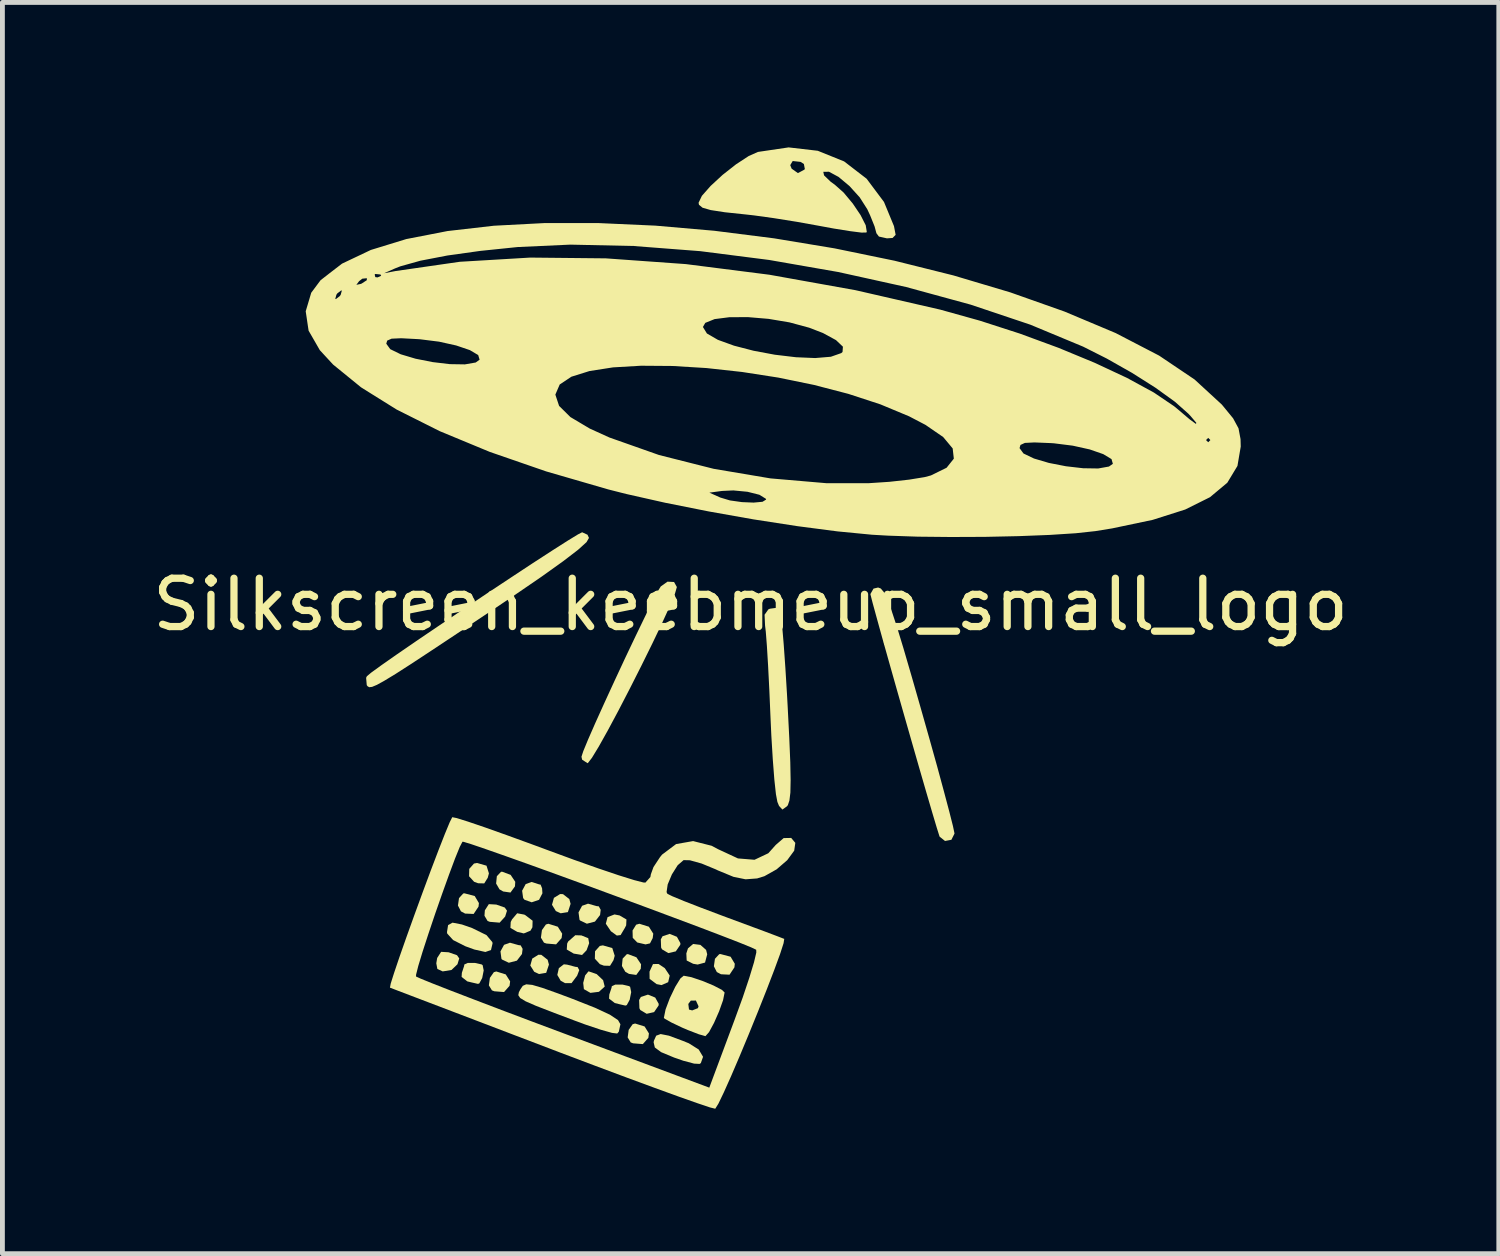
<source format=kicad_pcb>
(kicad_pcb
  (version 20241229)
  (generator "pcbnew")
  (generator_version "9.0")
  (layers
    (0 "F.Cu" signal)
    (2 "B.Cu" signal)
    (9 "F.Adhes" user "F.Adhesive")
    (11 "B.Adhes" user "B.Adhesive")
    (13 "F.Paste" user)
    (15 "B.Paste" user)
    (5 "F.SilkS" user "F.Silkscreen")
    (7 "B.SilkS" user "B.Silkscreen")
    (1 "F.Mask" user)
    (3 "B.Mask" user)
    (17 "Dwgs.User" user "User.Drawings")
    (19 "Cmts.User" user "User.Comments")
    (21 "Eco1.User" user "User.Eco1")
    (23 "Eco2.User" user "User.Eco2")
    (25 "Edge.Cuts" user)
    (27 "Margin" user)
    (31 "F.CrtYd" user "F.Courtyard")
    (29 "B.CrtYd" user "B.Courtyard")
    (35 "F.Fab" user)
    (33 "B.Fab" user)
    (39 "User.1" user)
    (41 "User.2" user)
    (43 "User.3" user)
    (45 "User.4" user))
  (footprint "Silkscreen_keebmeup_small_logo"
    (layer "F.Cu")
    (at 12.482 9.96)
    (property "Reference" "Silkscreen_keebmeup_small_logo" (at 0 -0.5 0) (unlocked yes) (layer "F.SilkS") (effects (font (size 1 1) (thickness 0.15))))
    (fp_poly (pts (xy -4.331 6.748) (xy -4.2 6.85) (xy -4.173 6.95) (xy -4.23 7.12) (xy -4.378 7.145) (xy -4.478 7.098) (xy -4.559 6.969) (xy -4.518 6.825) (xy -4.391 6.746)) (stroke (width 0) (type solid)) (fill yes) (layer "F.SilkS"))
    (fp_poly (pts (xy -3.882 5.492) (xy -3.751 5.594) (xy -3.725 5.693) (xy -3.781 5.864) (xy -3.93 5.888) (xy -4.03 5.842) (xy -4.11 5.712) (xy -4.07 5.569) (xy -3.942 5.49)) (stroke (width 0) (type solid)) (fill yes) (layer "F.SilkS"))
    (fp_poly (pts (xy -1.776 7.023) (xy -1.674 7.177) (xy -1.706 7.314) (xy -1.843 7.374) (xy -1.945 7.354) (xy -2.09 7.245) (xy -2.092 7.096) (xy -2.02 6.939) (xy -1.905 6.937)) (stroke (width 0) (type solid)) (fill yes) (layer "F.SilkS"))
    (fp_poly (pts (xy -6.249 6.695) (xy -6.075 6.756) (xy -6.029 6.822) (xy -6.066 6.943) (xy -6.189 7.061) (xy -6.371 7.091) (xy -6.482 7.04) (xy -6.504 6.923) (xy -6.486 6.813) (xy -6.404 6.686)) (stroke (width 0) (type solid)) (fill yes) (layer "F.SilkS"))
    (fp_poly (pts (xy -5.709 5.531) (xy -5.622 5.677) (xy -5.63 5.75) (xy -5.731 5.902) (xy -5.908 5.894) (xy -5.994 5.848) (xy -6.056 5.728) (xy -6.034 5.574) (xy -5.946 5.478) (xy -5.921 5.475)) (stroke (width 0) (type solid)) (fill yes) (layer "F.SilkS"))
    (fp_poly (pts (xy -5.465 4.903) (xy -5.415 5.062) (xy -5.439 5.153) (xy -5.512 5.27) (xy -5.638 5.267) (xy -5.722 5.236) (xy -5.826 5.122) (xy -5.822 4.969) (xy -5.724 4.859) (xy -5.66 4.847)) (stroke (width 0) (type solid)) (fill yes) (layer "F.SilkS"))
    (fp_poly (pts (xy -5.262 5.708) (xy -5.087 5.769) (xy -5.041 5.835) (xy -5.079 5.956) (xy -5.193 6.082) (xy -5.396 6.065) (xy -5.443 6.047) (xy -5.507 5.939) (xy -5.499 5.827) (xy -5.417 5.699)) (stroke (width 0) (type solid)) (fill yes) (layer "F.SilkS"))
    (fp_poly (pts (xy -5.067 7.153) (xy -4.976 7.297) (xy -4.988 7.389) (xy -5.102 7.518) (xy -5.303 7.502) (xy -5.353 7.483) (xy -5.416 7.38) (xy -5.395 7.224) (xy -5.313 7.107) (xy -5.263 7.092)) (stroke (width 0) (type solid)) (fill yes) (layer "F.SilkS"))
    (fp_poly (pts (xy -4.966 5.093) (xy -4.87 5.237) (xy -4.876 5.331) (xy -4.969 5.459) (xy -5.12 5.437) (xy -5.196 5.393) (xy -5.266 5.273) (xy -5.251 5.121) (xy -5.165 5.03) (xy -5.141 5.028)) (stroke (width 0) (type solid)) (fill yes) (layer "F.SilkS"))
    (fp_poly (pts (xy -3.99 6.166) (xy -3.899 6.31) (xy -3.911 6.402) (xy -4.025 6.531) (xy -4.226 6.514) (xy -4.276 6.496) (xy -4.339 6.393) (xy -4.318 6.236) (xy -4.236 6.12) (xy -4.185 6.105)) (stroke (width 0) (type solid)) (fill yes) (layer "F.SilkS"))
    (fp_poly (pts (xy -3.502 6.346) (xy -3.36 6.403) (xy -3.341 6.507) (xy -3.394 6.653) (xy -3.488 6.751) (xy -3.661 6.722) (xy -3.804 6.638) (xy -3.796 6.515) (xy -3.775 6.472) (xy -3.627 6.342)) (stroke (width 0) (type solid)) (fill yes) (layer "F.SilkS"))
    (fp_poly (pts (xy -2.862 6.608) (xy -2.812 6.767) (xy -2.837 6.858) (xy -2.909 6.975) (xy -3.035 6.972) (xy -3.119 6.941) (xy -3.223 6.828) (xy -3.219 6.674) (xy -3.121 6.564) (xy -3.057 6.552)) (stroke (width 0) (type solid)) (fill yes) (layer "F.SilkS"))
    (fp_poly (pts (xy -2.711 5.933) (xy -2.569 6.016) (xy -2.575 6.138) (xy -2.602 6.191) (xy -2.69 6.339) (xy -2.768 6.349) (xy -2.891 6.26) (xy -2.996 6.104) (xy -2.96 5.968) (xy -2.817 5.912)) (stroke (width 0) (type solid)) (fill yes) (layer "F.SilkS"))
    (fp_poly (pts (xy -2.363 6.799) (xy -2.267 6.943) (xy -2.273 7.037) (xy -2.366 7.164) (xy -2.517 7.142) (xy -2.593 7.098) (xy -2.663 6.978) (xy -2.648 6.826) (xy -2.563 6.736) (xy -2.538 6.733)) (stroke (width 0) (type solid)) (fill yes) (layer "F.SilkS"))
    (fp_poly (pts (xy -2.194 8.23) (xy -2.104 8.374) (xy -2.116 8.466) (xy -2.23 8.595) (xy -2.431 8.579) (xy -2.481 8.56) (xy -2.544 8.457) (xy -2.523 8.301) (xy -2.441 8.184) (xy -2.39 8.169)) (stroke (width 0) (type solid)) (fill yes) (layer "F.SilkS"))
    (fp_poly (pts (xy -2.105 6.166) (xy -2.014 6.31) (xy -2.026 6.402) (xy -2.082 6.511) (xy -2.174 6.532) (xy -2.346 6.492) (xy -2.439 6.396) (xy -2.443 6.244) (xy -2.368 6.124) (xy -2.301 6.105)) (stroke (width 0) (type solid)) (fill yes) (layer "F.SilkS"))
    (fp_poly (pts (xy -1.974 7.632) (xy -1.901 7.763) (xy -1.904 7.796) (xy -1.997 7.933) (xy -2.151 7.968) (xy -2.282 7.89) (xy -2.301 7.854) (xy -2.307 7.683) (xy -2.271 7.62) (xy -2.124 7.571)) (stroke (width 0) (type solid)) (fill yes) (layer "F.SilkS"))
    (fp_poly (pts (xy -1.525 6.375) (xy -1.453 6.506) (xy -1.455 6.54) (xy -1.548 6.676) (xy -1.702 6.712) (xy -1.833 6.634) (xy -1.852 6.597) (xy -1.858 6.427) (xy -1.822 6.363) (xy -1.675 6.314)) (stroke (width 0) (type solid)) (fill yes) (layer "F.SilkS"))
    (fp_poly (pts (xy -1.039 6.542) (xy -0.921 6.646) (xy -0.898 6.737) (xy -0.943 6.908) (xy -1.096 6.949) (xy -1.189 6.933) (xy -1.323 6.865) (xy -1.33 6.719) (xy -1.296 6.614) (xy -1.189 6.523)) (stroke (width 0) (type solid)) (fill yes) (layer "F.SilkS"))
    (fp_poly (pts (xy -0.414 6.787) (xy -0.327 6.933) (xy -0.335 7.007) (xy -0.436 7.159) (xy -0.613 7.15) (xy -0.699 7.104) (xy -0.76 6.985) (xy -0.738 6.83) (xy -0.65 6.735) (xy -0.626 6.731)) (stroke (width 0) (type solid)) (fill yes) (layer "F.SilkS"))
    (fp_poly (pts (xy -4.685 5.915) (xy -4.663 5.926) (xy -4.511 6.042) (xy -4.515 6.178) (xy -4.556 6.249) (xy -4.693 6.305) (xy -4.828 6.273) (xy -4.97 6.191) (xy -4.964 6.069) (xy -4.937 6.014) (xy -4.83 5.888)) (stroke (width 0) (type solid)) (fill yes) (layer "F.SilkS"))
    (fp_poly (pts (xy -3.796 6.951) (xy -3.626 6.996) (xy -3.58 7.001) (xy -3.546 7.065) (xy -3.59 7.18) (xy -3.706 7.334) (xy -3.841 7.333) (xy -3.93 7.284) (xy -4 7.164) (xy -3.968 7.024) (xy -3.865 6.944)) (stroke (width 0) (type solid)) (fill yes) (layer "F.SilkS"))
    (fp_poly (pts (xy -4.962 6.502) (xy -4.801 6.547) (xy -4.758 6.552) (xy -4.718 6.624) (xy -4.731 6.731) (xy -4.836 6.868) (xy -5.003 6.912) (xy -5.146 6.844) (xy -5.156 6.829) (xy -5.176 6.677) (xy -5.102 6.541) (xy -4.98 6.497)) (stroke (width 0) (type solid)) (fill yes) (layer "F.SilkS"))
    (fp_poly (pts (xy -4.514 5.245) (xy -4.376 5.29) (xy -4.346 5.295) (xy -4.315 5.371) (xy -4.308 5.475) (xy -4.378 5.61) (xy -4.53 5.661) (xy -4.679 5.608) (xy -4.707 5.573) (xy -4.728 5.421) (xy -4.654 5.284) (xy -4.531 5.24)) (stroke (width 0) (type solid)) (fill yes) (layer "F.SilkS"))
    (fp_poly (pts (xy -3.347 5.694) (xy -3.185 5.74) (xy -3.142 5.744) (xy -3.102 5.816) (xy -3.115 5.924) (xy -3.221 6.06) (xy -3.388 6.104) (xy -3.53 6.036) (xy -3.54 6.022) (xy -3.561 5.87) (xy -3.487 5.733) (xy -3.364 5.689)) (stroke (width 0) (type solid)) (fill yes) (layer "F.SilkS"))
    (fp_poly (pts (xy -3.185 7.147) (xy -3.052 7.273) (xy -3.019 7.404) (xy -3.02 7.406) (xy -3.138 7.513) (xy -3.315 7.535) (xy -3.45 7.458) (xy -3.45 7.458) (xy -3.464 7.329) (xy -3.424 7.174) (xy -3.356 7.091) (xy -3.35 7.09)) (stroke (width 0) (type solid)) (fill yes) (layer "F.SilkS"))
    (fp_poly (pts (xy -5.973 6.12) (xy -5.762 6.194) (xy -5.465 6.34) (xy -5.344 6.485) (xy -5.34 6.513) (xy -5.372 6.648) (xy -5.488 6.689) (xy -5.716 6.638) (xy -5.901 6.571) (xy -6.156 6.442) (xy -6.277 6.309) (xy -6.283 6.279) (xy -6.26 6.133) (xy -6.168 6.082)) (stroke (width 0) (type solid)) (fill yes) (layer "F.SilkS"))
    (fp_poly (pts (xy -5.701 6.916) (xy -5.567 6.946) (xy -5.545 6.961) (xy -5.523 7.071) (xy -5.554 7.228) (xy -5.614 7.339) (xy -5.642 7.349) (xy -5.769 7.32) (xy -5.863 7.297) (xy -5.98 7.205) (xy -5.975 7.12) (xy -5.929 6.981) (xy -5.924 6.948) (xy -5.852 6.915)) (stroke (width 0) (type solid)) (fill yes) (layer "F.SilkS"))
    (fp_poly (pts (xy -2.649 7.364) (xy -2.516 7.395) (xy -2.493 7.41) (xy -2.471 7.52) (xy -2.502 7.677) (xy -2.562 7.788) (xy -2.591 7.798) (xy -2.717 7.769) (xy -2.811 7.745) (xy -2.929 7.654) (xy -2.924 7.569) (xy -2.878 7.43) (xy -2.872 7.397) (xy -2.8 7.364)) (stroke (width 0) (type solid)) (fill yes) (layer "F.SilkS"))
    (fp_poly (pts (xy -1.69 8.421) (xy -1.402 8.528) (xy -1.279 8.578) (xy -1.074 8.707) (xy -0.984 8.858) (xy -1.03 8.988) (xy -1.055 9.005) (xy -1.169 8.999) (xy -1.394 8.939) (xy -1.584 8.873) (xy -1.853 8.761) (xy -1.982 8.665) (xy -2.007 8.557) (xy -1.999 8.521) (xy -1.954 8.421) (xy -1.862 8.387)) (stroke (width 0) (type solid)) (fill yes) (layer "F.SilkS"))
    (fp_poly (pts (xy -4.518 7.37) (xy -4.307 7.432) (xy -3.981 7.548) (xy -3.683 7.66) (xy -3.22 7.843) (xy -2.913 7.986) (xy -2.744 8.098) (xy -2.694 8.185) (xy -2.727 8.338) (xy -2.76 8.376) (xy -2.868 8.363) (xy -3.102 8.297) (xy -3.424 8.189) (xy -3.635 8.111) (xy -4.112 7.931) (xy -4.444 7.802) (xy -4.655 7.71) (xy -4.769 7.641) (xy -4.807 7.583) (xy -4.795 7.521) (xy -4.762 7.459) (xy -4.714 7.389) (xy -4.643 7.358)) (stroke (width 0) (type solid)) (fill yes) (layer "F.SilkS"))
    (fp_poly (pts (xy -1.584 -0.967) (xy -1.526 -0.863) (xy -1.565 -0.727) (xy -1.672 -0.467) (xy -1.833 -0.114) (xy -2.034 0.307) (xy -2.261 0.767) (xy -2.499 1.238) (xy -2.734 1.692) (xy -2.953 2.101) (xy -3.141 2.437) (xy -3.284 2.672) (xy -3.367 2.779) (xy -3.375 2.782) (xy -3.486 2.71) (xy -3.5 2.649) (xy -3.463 2.535) (xy -3.362 2.29) (xy -3.21 1.943) (xy -3.021 1.525) (xy -2.81 1.066) (xy -2.59 0.594) (xy -2.375 0.142) (xy -2.179 -0.263) (xy -2.017 -0.589) (xy -1.902 -0.806) (xy -1.859 -0.875) (xy -1.72 -0.974)) (stroke (width 0) (type solid)) (fill yes) (layer "F.SilkS"))
    (fp_poly (pts (xy 0.603 -0.414) (xy 0.625 -0.311) (xy 0.653 -0.056) (xy 0.685 0.325) (xy 0.719 0.805) (xy 0.753 1.358) (xy 0.766 1.594) (xy 0.8 2.257) (xy 0.821 2.763) (xy 0.828 3.134) (xy 0.823 3.39) (xy 0.803 3.555) (xy 0.771 3.65) (xy 0.754 3.673) (xy 0.658 3.742) (xy 0.588 3.666) (xy 0.554 3.583) (xy 0.524 3.424) (xy 0.491 3.12) (xy 0.459 2.705) (xy 0.429 2.213) (xy 0.41 1.795) (xy 0.387 1.26) (xy 0.362 0.769) (xy 0.337 0.356) (xy 0.314 0.06) (xy 0.299 -0.066) (xy 0.289 -0.29) (xy 0.368 -0.401) (xy 0.398 -0.414) (xy 0.553 -0.435)) (stroke (width 0) (type solid)) (fill yes) (layer "F.SilkS"))
    (fp_poly (pts (xy -1.224 7.211) (xy -0.998 7.287) (xy -0.767 7.383) (xy -0.594 7.473) (xy -0.538 7.527) (xy -0.57 7.687) (xy -0.652 7.917) (xy -0.757 8.156) (xy -0.86 8.347) (xy -0.934 8.43) (xy -0.938 8.43) (xy -1.071 8.392) (xy -1.299 8.304) (xy -1.414 8.255) (xy -1.639 8.148) (xy -1.776 8.071) (xy -1.795 8.053) (xy -1.76 7.879) (xy -1.717 7.764) (xy -1.289 7.764) (xy -1.275 7.88) (xy -1.209 7.898) (xy -1.091 7.852) (xy -1.077 7.814) (xy -1.132 7.694) (xy -1.237 7.695) (xy -1.289 7.764) (xy -1.717 7.764) (xy -1.672 7.645) (xy -1.56 7.411) (xy -1.453 7.237) (xy -1.385 7.18)) (stroke (width 0) (type solid)) (fill yes) (layer "F.SilkS"))
    (fp_poly (pts (xy -3.375 -1.945) (xy -3.345 -1.879) (xy -3.395 -1.792) (xy -3.571 -1.633) (xy -3.88 -1.396) (xy -4.326 -1.077) (xy -4.916 -0.673) (xy -5.404 -0.346) (xy -6.075 0.101) (xy -6.612 0.457) (xy -7.03 0.732) (xy -7.346 0.935) (xy -7.575 1.074) (xy -7.732 1.161) (xy -7.832 1.203) (xy -7.892 1.21) (xy -7.926 1.19) (xy -7.943 1.167) (xy -7.956 1.016) (xy -7.94 0.983) (xy -7.852 0.909) (xy -7.637 0.753) (xy -7.317 0.529) (xy -6.917 0.254) (xy -6.458 -0.057) (xy -5.965 -0.389) (xy -5.461 -0.727) (xy -4.967 -1.054) (xy -4.509 -1.356) (xy -4.108 -1.616) (xy -3.788 -1.82) (xy -3.572 -1.952) (xy -3.486 -1.996)) (stroke (width 0) (type solid)) (fill yes) (layer "F.SilkS"))
    (fp_poly (pts (xy 2.694 -0.832) (xy 2.755 -0.76) (xy 2.825 -0.617) (xy 2.913 -0.387) (xy 3.024 -0.05) (xy 3.164 0.409) (xy 3.339 1.009) (xy 3.513 1.616) (xy 3.695 2.258) (xy 3.86 2.848) (xy 4 3.365) (xy 4.111 3.783) (xy 4.186 4.079) (xy 4.218 4.231) (xy 4.218 4.241) (xy 4.155 4.367) (xy 4.023 4.392) (xy 3.913 4.305) (xy 3.905 4.286) (xy 3.851 4.114) (xy 3.76 3.809) (xy 3.639 3.396) (xy 3.496 2.903) (xy 3.339 2.356) (xy 3.175 1.783) (xy 3.012 1.211) (xy 2.858 0.666) (xy 2.72 0.176) (xy 2.607 -0.233) (xy 2.525 -0.533) (xy 2.483 -0.697) (xy 2.479 -0.718) (xy 2.543 -0.83) (xy 2.638 -0.853)) (stroke (width 0) (type solid)) (fill yes) (layer "F.SilkS"))
    (fp_poly (pts (xy 1.39 -9.89) (xy 1.935 -9.67) (xy 2.4 -9.312) (xy 2.76 -8.831) (xy 2.967 -8.33) (xy 3.001 -8.151) (xy 2.938 -8.086) (xy 2.821 -8.078) (xy 2.655 -8.115) (xy 2.603 -8.184) (xy 2.566 -8.323) (xy 2.473 -8.554) (xy 2.414 -8.681) (xy 2.257 -8.927) (xy 2.045 -9.161) (xy 1.82 -9.349) (xy 1.622 -9.456) (xy 1.504 -9.455) (xy 1.52 -9.381) (xy 1.654 -9.252) (xy 1.743 -9.187) (xy 1.925 -9.025) (xy 2.112 -8.801) (xy 2.275 -8.56) (xy 2.382 -8.349) (xy 2.404 -8.213) (xy 2.395 -8.199) (xy 2.295 -8.197) (xy 2.058 -8.227) (xy 1.721 -8.281) (xy 1.423 -8.336) (xy 0.957 -8.42) (xy 0.481 -8.496) (xy 0.07 -8.553) (xy -0.09 -8.571) (xy -0.534 -8.618) (xy -0.826 -8.663) (xy -0.995 -8.712) (xy -1.068 -8.772) (xy -1.077 -8.814) (xy -1.008 -8.958) (xy -0.828 -9.162) (xy -0.58 -9.391) (xy -0.323 -9.593) (xy 0.82 -9.593) (xy 0.849 -9.52) (xy 0.979 -9.428) (xy 1.112 -9.499) (xy 1.122 -9.514) (xy 1.102 -9.617) (xy 1.034 -9.66) (xy 0.871 -9.678) (xy 0.82 -9.593) (xy -0.323 -9.593) (xy -0.303 -9.609) (xy -0.04 -9.781) (xy 0.151 -9.866) (xy 0.787 -9.96)) (stroke (width 0) (type solid)) (fill yes) (layer "F.SilkS"))
    (fp_poly (pts (xy -6.082 3.918) (xy -5.846 3.992) (xy -5.491 4.113) (xy -5.041 4.273) (xy -4.519 4.463) (xy -4.211 4.577) (xy -3.656 4.781) (xy -3.153 4.959) (xy -2.729 5.102) (xy -2.408 5.202) (xy -2.217 5.251) (xy -2.177 5.253) (xy -2.074 5.138) (xy -2.064 5.081) (xy -2.01 4.932) (xy -1.875 4.727) (xy -1.832 4.674) (xy -1.542 4.456) (xy -1.19 4.394) (xy -0.807 4.491) (xy -0.673 4.562) (xy -0.262 4.753) (xy 0.081 4.781) (xy 0.366 4.646) (xy 0.521 4.473) (xy 0.684 4.332) (xy 0.84 4.329) (xy 0.925 4.431) (xy 0.902 4.593) (xy 0.758 4.789) (xy 0.538 4.979) (xy 0.285 5.121) (xy 0.135 5.167) (xy -0.104 5.185) (xy -0.354 5.134) (xy -0.679 5) (xy -0.72 4.98) (xy -1.013 4.859) (xy -1.257 4.791) (xy -1.387 4.788) (xy -1.509 4.894) (xy -1.629 5.084) (xy -1.716 5.292) (xy -1.739 5.45) (xy -1.721 5.486) (xy -1.619 5.536) (xy -1.38 5.635) (xy -1.038 5.768) (xy -0.625 5.924) (xy -0.494 5.973) (xy -0.07 6.13) (xy 0.289 6.263) (xy 0.551 6.362) (xy 0.685 6.414) (xy 0.696 6.418) (xy 0.682 6.508) (xy 0.609 6.734) (xy 0.488 7.064) (xy 0.332 7.47) (xy 0.153 7.921) (xy -0.037 8.389) (xy -0.226 8.843) (xy -0.402 9.254) (xy -0.553 9.592) (xy -0.666 9.827) (xy -0.73 9.93) (xy -0.734 9.932) (xy -0.842 9.905) (xy -1.098 9.819) (xy -1.484 9.683) (xy -1.982 9.502) (xy -2.571 9.285) (xy -3.234 9.037) (xy -3.952 8.766) (xy -4.129 8.698) (xy -4.854 8.422) (xy -5.527 8.165) (xy -6.128 7.936) (xy -6.64 7.741) (xy -7.044 7.587) (xy -7.322 7.481) (xy -7.454 7.43) (xy -7.463 7.427) (xy -7.447 7.343) (xy -7.401 7.196) (xy -6.924 7.196) (xy -6.829 7.24) (xy -6.585 7.339) (xy -6.212 7.485) (xy -5.728 7.671) (xy -5.154 7.89) (xy -4.507 8.134) (xy -3.86 8.376) (xy -0.855 9.496) (xy -0.334 8.099) (xy -0.164 7.632) (xy -0.027 7.223) (xy 0.07 6.903) (xy 0.118 6.7) (xy 0.116 6.643) (xy 0.013 6.594) (xy -0.233 6.494) (xy -0.599 6.352) (xy -1.061 6.176) (xy -1.597 5.975) (xy -2.184 5.756) (xy -2.798 5.529) (xy -3.417 5.301) (xy -4.018 5.082) (xy -4.577 4.88) (xy -5.071 4.704) (xy -5.479 4.561) (xy -5.775 4.46) (xy -5.938 4.41) (xy -5.962 4.407) (xy -6.019 4.516) (xy -6.116 4.755) (xy -6.241 5.09) (xy -6.383 5.485) (xy -6.53 5.906) (xy -6.669 6.319) (xy -6.789 6.688) (xy -6.877 6.979) (xy -6.922 7.157) (xy -6.924 7.196) (xy -7.401 7.196) (xy -7.377 7.121) (xy -7.266 6.792) (xy -7.123 6.385) (xy -6.96 5.931) (xy -6.788 5.46) (xy -6.618 5.002) (xy -6.46 4.587) (xy -6.326 4.245) (xy -6.227 4.006) (xy -6.174 3.9) (xy -6.173 3.9)) (stroke (width 0) (type solid)) (fill yes) (layer "F.SilkS"))
    (fp_poly (pts (xy -1.971 -8.341) (xy -0.754 -8.235) (xy 0.487 -8.078) (xy 1.736 -7.871) (xy 2.978 -7.615) (xy 4.196 -7.311) (xy 5.374 -6.96) (xy 6.496 -6.563) (xy 7.547 -6.121) (xy 7.558 -6.116) (xy 8.454 -5.651) (xy 9.186 -5.158) (xy 9.747 -4.642) (xy 9.771 -4.614) (xy 9.984 -4.354) (xy 10.096 -4.147) (xy 10.138 -3.923) (xy 10.142 -3.769) (xy 10.074 -3.369) (xy 9.864 -3.021) (xy 9.506 -2.722) (xy 8.994 -2.467) (xy 8.321 -2.253) (xy 7.48 -2.076) (xy 7.135 -2.02) (xy 6.73 -1.976) (xy 6.188 -1.941) (xy 5.548 -1.916) (xy 4.853 -1.901) (xy 4.143 -1.898) (xy 3.46 -1.905) (xy 2.846 -1.926) (xy 2.513 -1.945) (xy 1.8 -2.014) (xy 0.965 -2.123) (xy 0.059 -2.263) (xy -0.866 -2.427) (xy -1.76 -2.605) (xy -2.572 -2.788) (xy -2.683 -2.816) (xy -0.853 -2.816) (xy -0.628 -2.715) (xy -0.428 -2.655) (xy -0.18 -2.62) (xy 0.063 -2.61) (xy 0.247 -2.627) (xy 0.321 -2.673) (xy 0.316 -2.689) (xy 0.182 -2.772) (xy -0.065 -2.834) (xy -0.358 -2.862) (xy -0.592 -2.851) (xy -0.853 -2.816) (xy -2.683 -2.816) (xy -2.947 -2.883) (xy -4.232 -3.256) (xy -5.397 -3.659) (xy -6.43 -4.087) (xy -7.322 -4.534) (xy -7.813 -4.84) (xy -4.039 -4.84) (xy -3.963 -4.611) (xy -3.729 -4.38) (xy -3.329 -4.142) (xy -2.922 -3.957) (xy -1.896 -3.595) (xy -0.764 -3.309) (xy 0.41 -3.111) (xy 1.563 -3.012) (xy 2.435 -3.011) (xy 2.872 -3.04) (xy 3.279 -3.085) (xy 3.599 -3.137) (xy 3.731 -3.172) (xy 4.055 -3.331) (xy 4.205 -3.519) (xy 4.181 -3.732) (xy 4.176 -3.737) (xy 5.565 -3.737) (xy 5.647 -3.626) (xy 5.864 -3.522) (xy 6.172 -3.431) (xy 6.525 -3.362) (xy 6.88 -3.321) (xy 7.192 -3.316) (xy 7.415 -3.356) (xy 7.496 -3.412) (xy 7.468 -3.51) (xy 7.297 -3.613) (xy 7.018 -3.71) (xy 6.666 -3.788) (xy 6.276 -3.837) (xy 6.215 -3.841) (xy 5.874 -3.855) (xy 5.675 -3.845) (xy 5.584 -3.803) (xy 5.565 -3.737) (xy 4.176 -3.737) (xy 4.037 -3.904) (xy 9.424 -3.904) (xy 9.469 -3.859) (xy 9.514 -3.904) (xy 9.469 -3.949) (xy 9.424 -3.904) (xy 4.037 -3.904) (xy 3.984 -3.967) (xy 3.617 -4.219) (xy 3.28 -4.395) (xy 2.685 -4.643) (xy 2.022 -4.86) (xy 1.311 -5.045) (xy 0.571 -5.197) (xy -0.177 -5.313) (xy -0.913 -5.394) (xy -1.616 -5.437) (xy -2.268 -5.442) (xy -2.847 -5.408) (xy -3.334 -5.332) (xy -3.708 -5.215) (xy -3.95 -5.054) (xy -4.039 -4.848) (xy -4.039 -4.84) (xy -7.813 -4.84) (xy -8.062 -4.996) (xy -8.64 -5.467) (xy -8.914 -5.764) (xy -8.991 -5.898) (xy -7.539 -5.898) (xy -7.457 -5.785) (xy -7.24 -5.679) (xy -6.932 -5.587) (xy -6.578 -5.517) (xy -6.224 -5.475) (xy -5.912 -5.47) (xy -5.688 -5.509) (xy -5.608 -5.567) (xy -5.637 -5.663) (xy -5.809 -5.765) (xy -6.091 -5.861) (xy -6.447 -5.94) (xy -6.844 -5.99) (xy -6.889 -5.993) (xy -7.23 -6.011) (xy -7.429 -6.002) (xy -7.52 -5.962) (xy -7.539 -5.898) (xy -8.991 -5.898) (xy -9.146 -6.167) (xy -9.158 -6.244) (xy -0.987 -6.244) (xy -0.904 -6.109) (xy -0.677 -5.978) (xy -0.343 -5.857) (xy 0.062 -5.752) (xy 0.501 -5.67) (xy 0.938 -5.618) (xy 1.336 -5.601) (xy 1.661 -5.628) (xy 1.875 -5.703) (xy 1.902 -5.726) (xy 1.91 -5.836) (xy 1.767 -5.972) (xy 1.497 -6.119) (xy 1.212 -6.229) (xy 0.805 -6.339) (xy 0.371 -6.412) (xy -0.056 -6.448) (xy -0.44 -6.446) (xy -0.745 -6.407) (xy -0.938 -6.329) (xy -0.987 -6.244) (xy -9.158 -6.244) (xy -9.206 -6.569) (xy -9.129 -6.827) (xy -8.594 -6.827) (xy -8.582 -6.821) (xy -8.5 -6.884) (xy -8.482 -6.911) (xy -8.459 -6.995) (xy -8.471 -7.001) (xy -8.553 -6.938) (xy -8.571 -6.911) (xy -8.594 -6.827) (xy -9.129 -6.827) (xy -9.092 -6.952) (xy -8.97 -7.116) (xy -8.158 -7.116) (xy -8.068 -7.135) (xy -8.051 -7.141) (xy -7.942 -7.212) (xy -7.941 -7.253) (xy -8.036 -7.243) (xy -8.102 -7.191) (xy -8.158 -7.116) (xy -8.97 -7.116) (xy -8.898 -7.212) (xy -8.746 -7.33) (xy -7.779 -7.33) (xy -7.766 -7.276) (xy -7.719 -7.27) (xy -7.645 -7.303) (xy -7.659 -7.33) (xy -7.765 -7.341) (xy -7.779 -7.33) (xy -8.746 -7.33) (xy -8.713 -7.356) (xy -7.584 -7.356) (xy -7.35 -7.401) (xy -6.019 -7.593) (xy -4.561 -7.68) (xy -2.996 -7.664) (xy -1.339 -7.545) (xy 0.389 -7.325) (xy 2.172 -7.005) (xy 3.924 -6.603) (xy 4.745 -6.374) (xy 5.571 -6.107) (xy 6.373 -5.812) (xy 7.122 -5.502) (xy 7.789 -5.19) (xy 8.345 -4.887) (xy 8.762 -4.605) (xy 8.841 -4.54) (xy 9.086 -4.332) (xy 9.215 -4.238) (xy 9.223 -4.26) (xy 9.105 -4.4) (xy 9.058 -4.45) (xy 8.781 -4.696) (xy 8.379 -4.986) (xy 7.895 -5.293) (xy 7.369 -5.591) (xy 6.881 -5.837) (xy 5.787 -6.292) (xy 4.554 -6.706) (xy 3.218 -7.071) (xy 1.815 -7.381) (xy 0.382 -7.631) (xy -1.044 -7.813) (xy -2.428 -7.92) (xy -3.732 -7.948) (xy -4.821 -7.898) (xy -5.595 -7.818) (xy -6.274 -7.723) (xy -6.834 -7.615) (xy -7.248 -7.499) (xy -7.36 -7.455) (xy -7.584 -7.356) (xy -8.713 -7.356) (xy -8.454 -7.555) (xy -7.858 -7.838) (xy -7.125 -8.063) (xy -6.272 -8.229) (xy -5.313 -8.339) (xy -4.266 -8.394) (xy -3.147 -8.394)) (stroke (width 0) (type solid)) (fill yes) (layer "F.SilkS")))
  (gr_rect
    (start -3 -3)
    (end 27.964 22.892)
    (stroke (width 0.1) (type default))
    (fill no)
    (layer "Edge.Cuts")))
</source>
